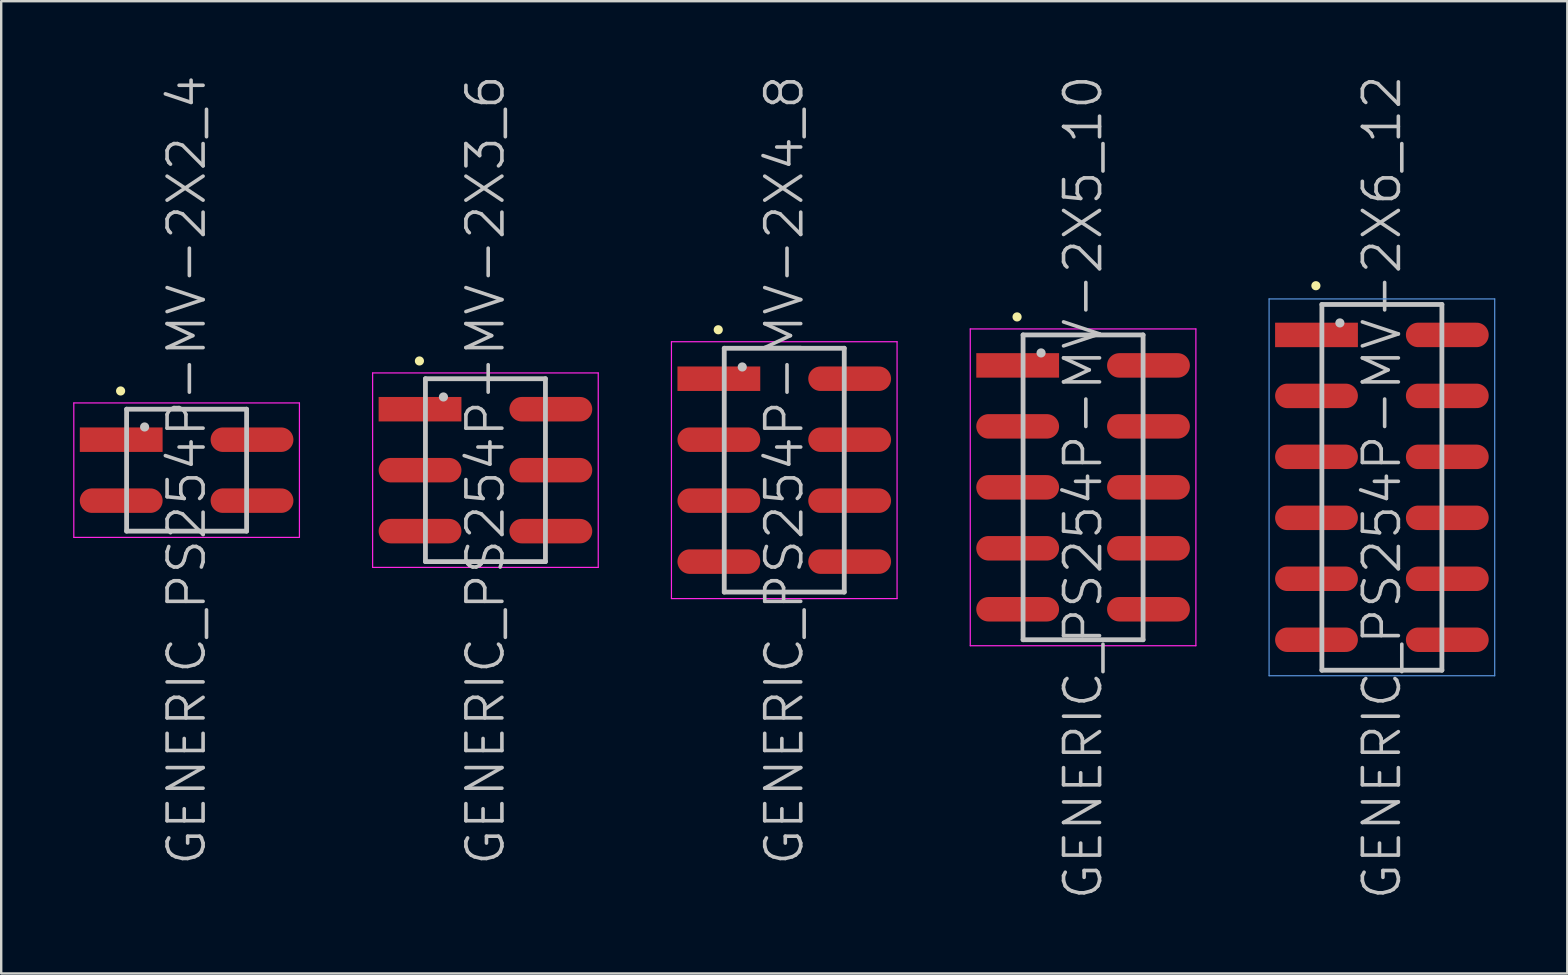
<source format=kicad_pcb>
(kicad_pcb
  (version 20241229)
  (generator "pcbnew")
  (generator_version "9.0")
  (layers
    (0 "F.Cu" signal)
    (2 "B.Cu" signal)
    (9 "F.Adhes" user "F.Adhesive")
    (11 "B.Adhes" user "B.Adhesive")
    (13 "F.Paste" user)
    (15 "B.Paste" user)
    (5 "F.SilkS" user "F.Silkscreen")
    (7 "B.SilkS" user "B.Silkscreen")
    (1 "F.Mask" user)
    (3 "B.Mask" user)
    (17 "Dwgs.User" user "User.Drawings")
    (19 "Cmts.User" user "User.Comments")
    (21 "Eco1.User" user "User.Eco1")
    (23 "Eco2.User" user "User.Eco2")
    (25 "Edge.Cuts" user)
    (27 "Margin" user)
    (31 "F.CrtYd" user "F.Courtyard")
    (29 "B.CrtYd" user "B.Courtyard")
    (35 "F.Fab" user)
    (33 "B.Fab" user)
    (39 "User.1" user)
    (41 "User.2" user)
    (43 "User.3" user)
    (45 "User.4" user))
  (footprint "GENERIC_PS254P-MV-2X2_4"
    (layer "F.Cu")
    (at 4.725 16.539)
    (property "Reference" "GENERIC_PS254P-MV-2X2_4" (at 0 0 90) (layer "Dwgs.User") (effects (font (size 1.5 1.5) (thickness 0.15))))
    (attr smd)
    (fp_line (start -2.75 -3.3) (end -2.75 -3.3) (stroke (width 0.381) (type solid)) (layer "F.SilkS"))
    (fp_line (start -2.5 -2.54) (end -2.5 2.54) (stroke (width 0.2) (type solid)) (layer "Dwgs.User"))
    (fp_line (start -2.5 -2.54) (end 2.5 -2.54) (stroke (width 0.2) (type solid)) (layer "Dwgs.User"))
    (fp_line (start -2.5 2.54) (end 2.5 2.54) (stroke (width 0.2) (type solid)) (layer "Dwgs.User"))
    (fp_line (start -1.75 -1.8) (end -1.75 -1.8) (stroke (width 0.381) (type solid)) (layer "Dwgs.User"))
    (fp_line (start 2.5 -2.54) (end 2.5 2.54) (stroke (width 0.2) (type solid)) (layer "Dwgs.User"))
    (fp_line (start -4.7 -2.8) (end -4.7 2.8) (stroke (width 0.05) (type solid)) (layer "F.CrtYd"))
    (fp_line (start -4.7 -2.8) (end 4.7 -2.8) (stroke (width 0.05) (type solid)) (layer "F.CrtYd"))
    (fp_line (start -4.7 2.8) (end 4.7 2.8) (stroke (width 0.05) (type solid)) (layer "F.CrtYd"))
    (fp_line (start 4.7 -2.8) (end 4.7 2.8) (stroke (width 0.05) (type solid)) (layer "F.CrtYd"))
    (pad "1" smd rect (at -2.725 -1.27 270) (size 1.02 3.45) (layers "F.Cu" "F.Mask" "F.Paste"))
    (pad "2" smd oval (at 2.725 -1.27 270) (size 1.02 3.45) (layers "F.Cu" "F.Mask" "F.Paste"))
    (pad "3" smd oval (at -2.725 1.27 270) (size 1.02 3.45) (layers "F.Cu" "F.Mask" "F.Paste"))
    (pad "4" smd oval (at 2.725 1.27 270) (size 1.02 3.45) (layers "F.Cu" "F.Mask" "F.Paste")))
  (footprint "GENERIC_PS254P-MV-2X5_10"
    (layer "F.Cu")
    (at 42.075 17.254)
    (property "Reference" "GENERIC_PS254P-MV-2X5_10" (at 0 0 90) (layer "Dwgs.User") (effects (font (size 1.5 1.5) (thickness 0.15))))
    (attr smd)
    (fp_line (start -2.75 -7.1) (end -2.75 -7.1) (stroke (width 0.381) (type solid)) (layer "F.SilkS"))
    (fp_line (start -2.5 -6.35) (end -2.5 6.35) (stroke (width 0.2) (type solid)) (layer "Dwgs.User"))
    (fp_line (start -2.5 -6.35) (end 2.5 -6.35) (stroke (width 0.2) (type solid)) (layer "Dwgs.User"))
    (fp_line (start -2.5 6.35) (end 2.5 6.35) (stroke (width 0.2) (type solid)) (layer "Dwgs.User"))
    (fp_line (start -1.75 -5.6) (end -1.75 -5.6) (stroke (width 0.381) (type solid)) (layer "Dwgs.User"))
    (fp_line (start 2.5 -6.35) (end 2.5 6.35) (stroke (width 0.2) (type solid)) (layer "Dwgs.User"))
    (fp_line (start -4.7 -6.6) (end -4.7 6.6) (stroke (width 0.05) (type solid)) (layer "F.CrtYd"))
    (fp_line (start -4.7 -6.6) (end 4.7 -6.6) (stroke (width 0.05) (type solid)) (layer "F.CrtYd"))
    (fp_line (start -4.7 6.6) (end 4.7 6.6) (stroke (width 0.05) (type solid)) (layer "F.CrtYd"))
    (fp_line (start 4.7 -6.6) (end 4.7 6.6) (stroke (width 0.05) (type solid)) (layer "F.CrtYd"))
    (pad "1" smd rect (at -2.725 -5.08 270) (size 1.02 3.45) (layers "F.Cu" "F.Mask" "F.Paste"))
    (pad "2" smd oval (at 2.725 -5.08 270) (size 1.02 3.45) (layers "F.Cu" "F.Mask" "F.Paste"))
    (pad "3" smd oval (at -2.725 -2.54 270) (size 1.02 3.45) (layers "F.Cu" "F.Mask" "F.Paste"))
    (pad "4" smd oval (at 2.725 -2.54 270) (size 1.02 3.45) (layers "F.Cu" "F.Mask" "F.Paste"))
    (pad "5" smd oval (at -2.725 0 270) (size 1.02 3.45) (layers "F.Cu" "F.Mask" "F.Paste"))
    (pad "6" smd oval (at 2.725 0 270) (size 1.02 3.45) (layers "F.Cu" "F.Mask" "F.Paste"))
    (pad "7" smd oval (at -2.725 2.54 270) (size 1.02 3.45) (layers "F.Cu" "F.Mask" "F.Paste"))
    (pad "8" smd oval (at 2.725 2.54 270) (size 1.02 3.45) (layers "F.Cu" "F.Mask" "F.Paste"))
    (pad "9" smd oval (at -2.725 5.08 270) (size 1.02 3.45) (layers "F.Cu" "F.Mask" "F.Paste"))
    (pad "10" smd oval (at 2.725 5.08 270) (size 1.02 3.45) (layers "F.Cu" "F.Mask" "F.Paste")))
  (footprint "GENERIC_PS254P-MV-2X4_8"
    (layer "F.Cu")
    (at 29.625 16.539)
    (property "Reference" "GENERIC_PS254P-MV-2X4_8" (at 0 0 90) (layer "Dwgs.User") (effects (font (size 1.5 1.5) (thickness 0.15))))
    (attr smd)
    (fp_line (start -2.75 -5.85) (end -2.75 -5.85) (stroke (width 0.381) (type solid)) (layer "F.SilkS"))
    (fp_line (start -2.5 -5.08) (end -2.5 5.08) (stroke (width 0.2) (type solid)) (layer "Dwgs.User"))
    (fp_line (start -2.5 -5.08) (end 2.5 -5.08) (stroke (width 0.2) (type solid)) (layer "Dwgs.User"))
    (fp_line (start -2.5 5.08) (end 2.5 5.08) (stroke (width 0.2) (type solid)) (layer "Dwgs.User"))
    (fp_line (start -1.75 -4.3) (end -1.75 -4.3) (stroke (width 0.381) (type solid)) (layer "Dwgs.User"))
    (fp_line (start 2.5 -5.08) (end 2.5 5.08) (stroke (width 0.2) (type solid)) (layer "Dwgs.User"))
    (fp_line (start -4.7 -5.35) (end -4.7 5.35) (stroke (width 0.05) (type solid)) (layer "F.CrtYd"))
    (fp_line (start -4.7 -5.35) (end 4.7 -5.35) (stroke (width 0.05) (type solid)) (layer "F.CrtYd"))
    (fp_line (start -4.7 5.35) (end 4.7 5.35) (stroke (width 0.05) (type solid)) (layer "F.CrtYd"))
    (fp_line (start 4.7 -5.35) (end 4.7 5.35) (stroke (width 0.05) (type solid)) (layer "F.CrtYd"))
    (pad "1" smd rect (at -2.725 -3.81 270) (size 1.02 3.45) (layers "F.Cu" "F.Mask" "F.Paste"))
    (pad "2" smd oval (at 2.725 -3.81 270) (size 1.02 3.45) (layers "F.Cu" "F.Mask" "F.Paste"))
    (pad "3" smd oval (at -2.725 -1.27 270) (size 1.02 3.45) (layers "F.Cu" "F.Mask" "F.Paste"))
    (pad "4" smd oval (at 2.725 -1.27 270) (size 1.02 3.45) (layers "F.Cu" "F.Mask" "F.Paste"))
    (pad "5" smd oval (at -2.725 1.27 270) (size 1.02 3.45) (layers "F.Cu" "F.Mask" "F.Paste"))
    (pad "6" smd oval (at 2.725 1.27 270) (size 1.02 3.45) (layers "F.Cu" "F.Mask" "F.Paste"))
    (pad "7" smd oval (at -2.725 3.81 270) (size 1.02 3.45) (layers "F.Cu" "F.Mask" "F.Paste"))
    (pad "8" smd oval (at 2.725 3.81 270) (size 1.02 3.45) (layers "F.Cu" "F.Mask" "F.Paste")))
  (footprint "GENERIC_PS254P-MV-2X3_6"
    (layer "F.Cu")
    (at 17.175 16.539)
    (property "Reference" "GENERIC_PS254P-MV-2X3_6" (at 0 0 90) (layer "Dwgs.User") (effects (font (size 1.5 1.5) (thickness 0.15))))
    (attr smd)
    (fp_line (start -2.75 -4.55) (end -2.75 -4.55) (stroke (width 0.381) (type solid)) (layer "F.SilkS"))
    (fp_line (start -2.5 -3.81) (end -2.5 3.81) (stroke (width 0.2) (type solid)) (layer "Dwgs.User"))
    (fp_line (start -2.5 -3.81) (end 2.5 -3.81) (stroke (width 0.2) (type solid)) (layer "Dwgs.User"))
    (fp_line (start -2.5 3.81) (end 2.5 3.81) (stroke (width 0.2) (type solid)) (layer "Dwgs.User"))
    (fp_line (start -1.75 -3.05) (end -1.75 -3.05) (stroke (width 0.381) (type solid)) (layer "Dwgs.User"))
    (fp_line (start 2.5 -3.81) (end 2.5 3.81) (stroke (width 0.2) (type solid)) (layer "Dwgs.User"))
    (fp_line (start -4.7 -4.05) (end -4.7 4.05) (stroke (width 0.05) (type solid)) (layer "F.CrtYd"))
    (fp_line (start -4.7 -4.05) (end 4.7 -4.05) (stroke (width 0.05) (type solid)) (layer "F.CrtYd"))
    (fp_line (start -4.7 4.05) (end 4.7 4.05) (stroke (width 0.05) (type solid)) (layer "F.CrtYd"))
    (fp_line (start 4.7 -4.05) (end 4.7 4.05) (stroke (width 0.05) (type solid)) (layer "F.CrtYd"))
    (pad "1" smd rect (at -2.725 -2.54 270) (size 1.02 3.45) (layers "F.Cu" "F.Mask" "F.Paste"))
    (pad "2" smd oval (at 2.725 -2.54 270) (size 1.02 3.45) (layers "F.Cu" "F.Mask" "F.Paste"))
    (pad "3" smd oval (at -2.725 0 270) (size 1.02 3.45) (layers "F.Cu" "F.Mask" "F.Paste"))
    (pad "4" smd oval (at 2.725 0 270) (size 1.02 3.45) (layers "F.Cu" "F.Mask" "F.Paste"))
    (pad "5" smd oval (at -2.725 2.54 270) (size 1.02 3.45) (layers "F.Cu" "F.Mask" "F.Paste"))
    (pad "6" smd oval (at 2.725 2.54 270) (size 1.02 3.45) (layers "F.Cu" "F.Mask" "F.Paste")))
  (footprint "GENERIC_PS254P-MV-2X6_12"
    (layer "F.Cu")
    (at 54.525 17.254)
    (property "Reference" "GENERIC_PS254P-MV-2X6_12" (at 0 0 90) (layer "Dwgs.User") (effects (font (size 1.5 1.5) (thickness 0.15))))
    (attr smd)
    (fp_line (start -2.75 -8.4) (end -2.75 -8.4) (stroke (width 0.381) (type solid)) (layer "F.SilkS"))
    (fp_line (start -2.5 -7.62) (end -2.5 7.62) (stroke (width 0.2) (type solid)) (layer "Dwgs.User"))
    (fp_line (start -2.5 -7.62) (end 2.5 -7.62) (stroke (width 0.2) (type solid)) (layer "Dwgs.User"))
    (fp_line (start -2.5 7.62) (end 2.5 7.62) (stroke (width 0.2) (type solid)) (layer "Dwgs.User"))
    (fp_line (start -1.75 -6.85) (end -1.75 -6.85) (stroke (width 0.381) (type solid)) (layer "Dwgs.User"))
    (fp_line (start 2.5 -7.62) (end 2.5 7.62) (stroke (width 0.2) (type solid)) (layer "Dwgs.User"))
    (fp_line (start -4.7 -7.85) (end -4.7 7.85) (stroke (width 0.05) (type solid)) (layer "Cmts.User"))
    (fp_line (start -4.7 -7.85) (end 4.7 -7.85) (stroke (width 0.05) (type solid)) (layer "Cmts.User"))
    (fp_line (start -4.7 7.85) (end 4.7 7.85) (stroke (width 0.05) (type solid)) (layer "Cmts.User"))
    (fp_line (start 4.7 -7.85) (end 4.7 7.85) (stroke (width 0.05) (type solid)) (layer "Cmts.User"))
    (pad "1" smd rect (at -2.725 -6.35 270) (size 1.02 3.45) (layers "F.Cu" "F.Mask" "F.Paste"))
    (pad "2" smd oval (at 2.725 -6.35 270) (size 1.02 3.45) (layers "F.Cu" "F.Mask" "F.Paste"))
    (pad "3" smd oval (at -2.725 -3.81 270) (size 1.02 3.45) (layers "F.Cu" "F.Mask" "F.Paste"))
    (pad "4" smd oval (at 2.725 -3.81 270) (size 1.02 3.45) (layers "F.Cu" "F.Mask" "F.Paste"))
    (pad "5" smd oval (at -2.725 -1.27 270) (size 1.02 3.45) (layers "F.Cu" "F.Mask" "F.Paste"))
    (pad "6" smd oval (at 2.725 -1.27 270) (size 1.02 3.45) (layers "F.Cu" "F.Mask" "F.Paste"))
    (pad "7" smd oval (at -2.725 1.27 270) (size 1.02 3.45) (layers "F.Cu" "F.Mask" "F.Paste"))
    (pad "8" smd oval (at 2.725 1.27 270) (size 1.02 3.45) (layers "F.Cu" "F.Mask" "F.Paste"))
    (pad "9" smd oval (at -2.725 3.81 270) (size 1.02 3.45) (layers "F.Cu" "F.Mask" "F.Paste"))
    (pad "10" smd oval (at 2.725 3.81 270) (size 1.02 3.45) (layers "F.Cu" "F.Mask" "F.Paste"))
    (pad "11" smd oval (at -2.725 6.35 270) (size 1.02 3.45) (layers "F.Cu" "F.Mask" "F.Paste"))
    (pad "12" smd oval (at 2.725 6.35 270) (size 1.02 3.45) (layers "F.Cu" "F.Mask" "F.Paste")))
  (gr_rect
    (start -3 -3)
    (end 62.25 37.507)
    (stroke (width 0.1) (type default))
    (fill no)
    (layer "Edge.Cuts")))
</source>
